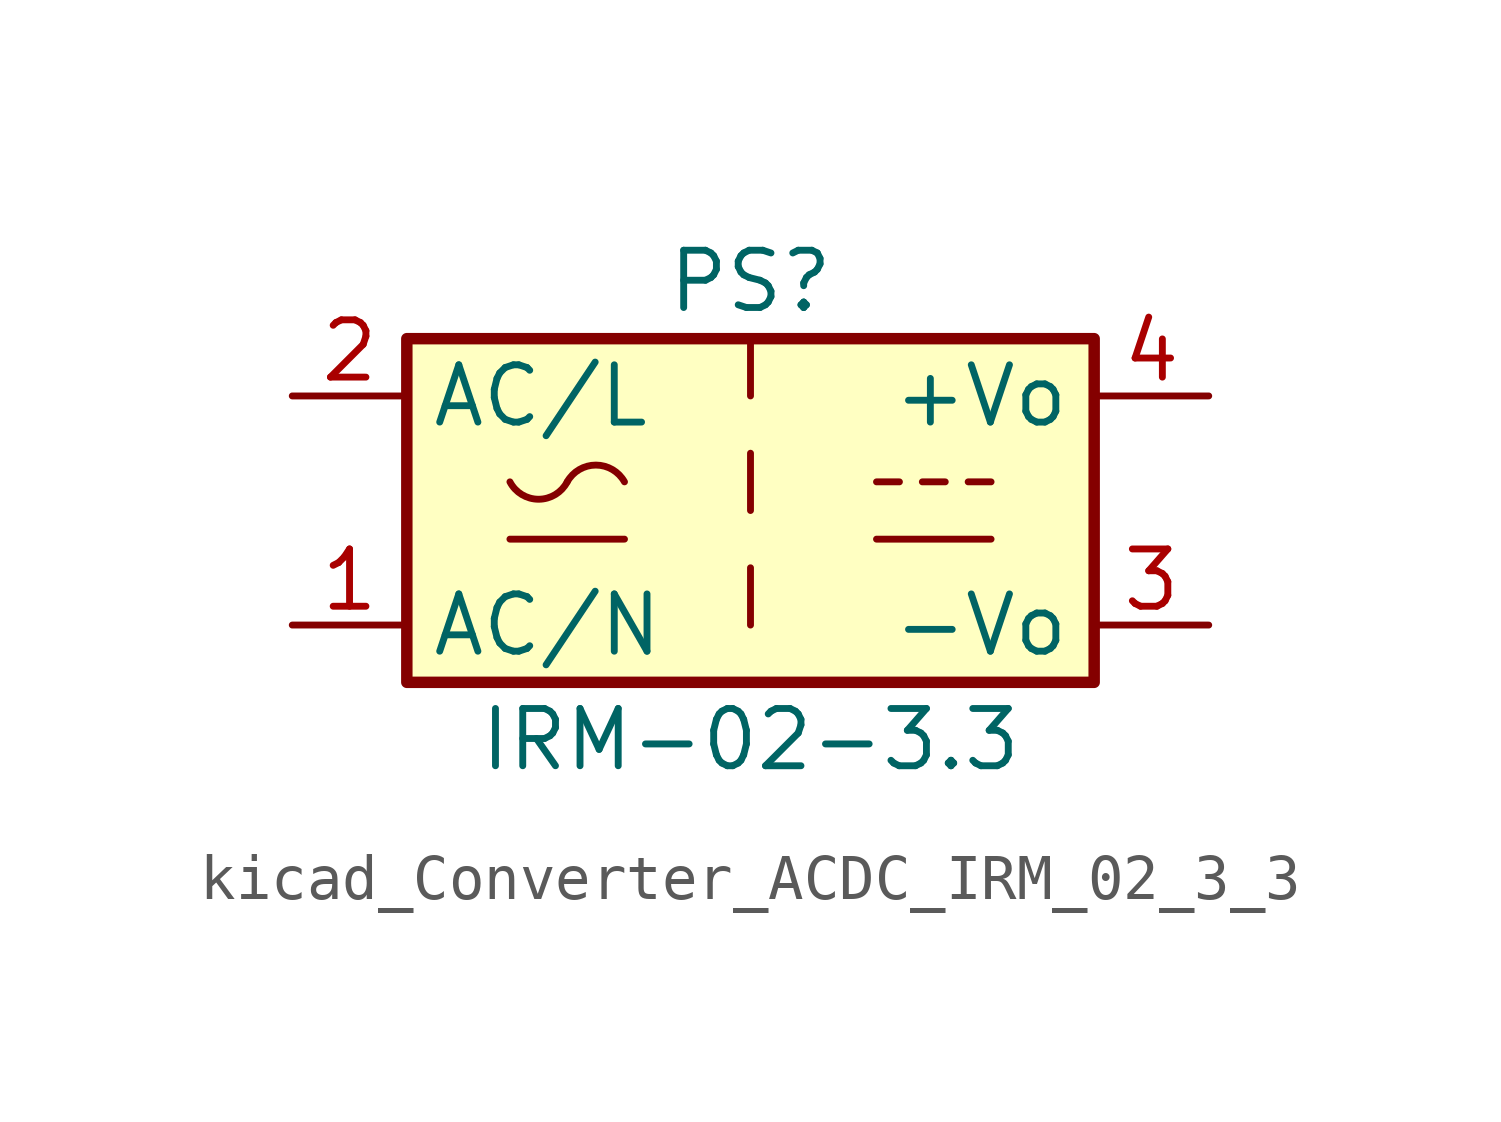
<source format=kicad_sym>
(kicad_symbol_lib
  (version 20220914)
  (generator kicad_symbol_editor)
  (symbol "kicad_Converter_ACDC_IRM_02_3_3"
    (property "Reference" "PS"
      (at 0 5.08 0)
      (effects (font (size 1.27 1.27))))
    (property "Value" "IRM-02-3.3"
      (at 0 -5.08 0)
      (effects (font (size 1.27 1.27))))
    (symbol "kicad_Converter_ACDC_IRM_02_3_3_0_1"
      (rectangle (start -7.62 3.81) (end 7.62 -3.81) (stroke (width 0.254) (type default)) (fill (type background)))
      (arc (start -5.334 0.635) (mid -4.699 0.2495) (end -4.064 0.635) (stroke (width 0) (type default)) (fill (type none)))
      (arc (start -2.794 0.635) (mid -3.429 1.0072) (end -4.064 0.635) (stroke (width 0) (type default)) (fill (type none)))
      (polyline (pts (xy -5.334 -0.635) (xy -2.794 -0.635)) (stroke (width 0) (type default)) (fill (type none)))
      (polyline (pts (xy 2.794 -0.635) (xy 5.334 -0.635)) (stroke (width 0) (type default)) (fill (type none)))
      (polyline (pts (xy 2.794 0.635) (xy 3.302 0.635)) (stroke (width 0) (type default)) (fill (type none)))
      (polyline (pts (xy 3.81 0.635) (xy 4.318 0.635)) (stroke (width 0) (type default)) (fill (type none)))
      (polyline (pts (xy 4.826 0.635) (xy 5.334 0.635)) (stroke (width 0) (type default)) (fill (type none))))
    (symbol "kicad_Converter_ACDC_IRM_02_3_3_1_1"
      (polyline (pts (xy 0 -1.27) (xy 0 -2.54)) (stroke (width 0) (type default)) (fill (type none)))
      (polyline (pts (xy 0 1.27) (xy 0 0)) (stroke (width 0) (type default)) (fill (type none)))
      (polyline (pts (xy 0 3.81) (xy 0 2.54)) (stroke (width 0) (type default)) (fill (type none)))
      (pin power_in line (at -10.16 -2.54 0) (length 2.54) (name "AC/N" (effects (font (size 1.27 1.27)))) (number "1" (effects (font (size 1.27 1.27)))))
      (pin power_in line (at -10.16 2.54 0) (length 2.54) (name "AC/L" (effects (font (size 1.27 1.27)))) (number "2" (effects (font (size 1.27 1.27)))))
      (pin power_out line (at 10.16 -2.54 180) (length 2.54) (name "-Vo" (effects (font (size 1.27 1.27)))) (number "3" (effects (font (size 1.27 1.27)))))
      (pin power_out line (at 10.16 2.54 180) (length 2.54) (name "+Vo" (effects (font (size 1.27 1.27)))) (number "4" (effects (font (size 1.27 1.27))))))))
</source>
